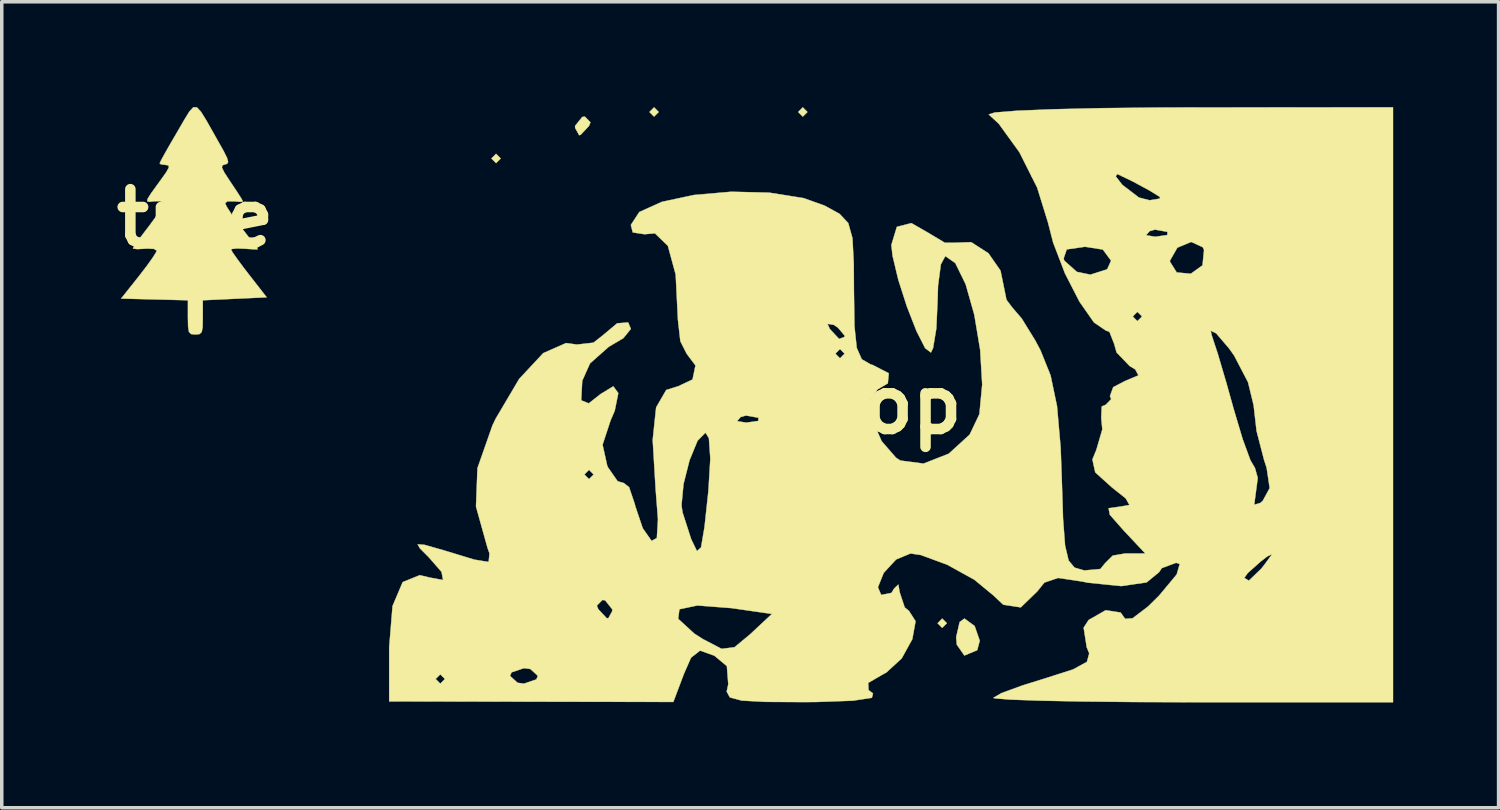
<source format=kicad_pcb>
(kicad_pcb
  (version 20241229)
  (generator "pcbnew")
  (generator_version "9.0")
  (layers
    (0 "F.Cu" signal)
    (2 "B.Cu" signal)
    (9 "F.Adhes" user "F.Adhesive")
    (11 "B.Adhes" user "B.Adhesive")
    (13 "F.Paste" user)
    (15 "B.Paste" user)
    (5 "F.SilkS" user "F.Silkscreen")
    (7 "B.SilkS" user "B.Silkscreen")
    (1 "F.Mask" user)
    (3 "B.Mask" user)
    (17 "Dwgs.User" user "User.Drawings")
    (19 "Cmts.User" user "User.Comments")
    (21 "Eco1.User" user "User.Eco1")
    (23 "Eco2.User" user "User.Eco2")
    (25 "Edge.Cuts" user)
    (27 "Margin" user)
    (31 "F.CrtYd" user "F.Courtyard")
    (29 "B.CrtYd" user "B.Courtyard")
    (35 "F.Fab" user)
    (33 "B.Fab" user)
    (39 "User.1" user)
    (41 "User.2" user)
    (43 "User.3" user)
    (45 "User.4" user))
  (footprint "tree"
    (layer "F.Cu")
    (at 2.511 3.169)
    (property "Reference" "tree" (at 0 0 0) (layer "F.SilkS") (effects (font (size 1.524 1.524) (thickness 0.3))))
    (attr through_hole)
    (fp_poly (pts (xy 0.044 -3.163) (xy 0.162 -3.036) (xy 0.32 -2.779) (xy 0.541 -2.388) (xy 0.622 -2.244) (xy 0.802 -1.925) (xy 0.903 -1.723) (xy 0.933 -1.609) (xy 0.904 -1.557) (xy 0.845 -1.539) (xy 0.767 -1.512) (xy 0.757 -1.446) (xy 0.824 -1.309) (xy 0.979 -1.071) (xy 1.017 -1.015) (xy 1.183 -0.766) (xy 1.304 -0.577) (xy 1.354 -0.487) (xy 1.355 -0.485) (xy 1.282 -0.473) (xy 1.106 -0.489) (xy 1.101 -0.49) (xy 0.914 -0.49) (xy 0.847 -0.434) (xy 0.896 -0.33) (xy 1.026 -0.128) (xy 1.215 0.134) (xy 1.312 0.261) (xy 1.518 0.529) (xy 1.677 0.738) (xy 1.766 0.859) (xy 1.778 0.877) (xy 1.703 0.879) (xy 1.511 0.868) (xy 1.397 0.86) (xy 1.17 0.853) (xy 1.034 0.87) (xy 1.016 0.886) (xy 1.065 0.973) (xy 1.197 1.16) (xy 1.388 1.417) (xy 1.524 1.593) (xy 2.031 2.244) (xy 1.122 2.286) (xy 0.212 2.328) (xy 0.212 2.815) (xy 0.207 3.09) (xy 0.18 3.235) (xy 0.114 3.292) (xy 0 3.302) (xy -0.119 3.291) (xy -0.182 3.23) (xy -0.207 3.078) (xy -0.212 2.815) (xy -0.212 2.328) (xy -1.163 2.304) (xy -2.114 2.28) (xy -1.607 1.643) (xy -1.389 1.359) (xy -1.218 1.121) (xy -1.117 0.96) (xy -1.101 0.917) (xy -1.176 0.866) (xy -1.375 0.856) (xy -1.439 0.861) (xy -1.651 0.872) (xy -1.768 0.858) (xy -1.777 0.849) (xy -1.729 0.767) (xy -1.599 0.584) (xy -1.411 0.335) (xy -1.318 0.214) (xy -1.119 -0.057) (xy -0.974 -0.281) (xy -0.906 -0.423) (xy -0.906 -0.45) (xy -1.013 -0.493) (xy -1.191 -0.489) (xy -1.314 -0.474) (xy -1.372 -0.491) (xy -1.357 -0.564) (xy -1.26 -0.717) (xy -1.074 -0.975) (xy -0.998 -1.079) (xy -0.828 -1.318) (xy -0.754 -1.452) (xy -0.764 -1.511) (xy -0.844 -1.524) (xy -0.983 -1.543) (xy -1.016 -1.57) (xy -0.975 -1.657) (xy -0.865 -1.859) (xy -0.702 -2.145) (xy -0.514 -2.466) (xy -0.314 -2.811) (xy -0.17 -3.046) (xy -0.059 -3.164) (xy 0.044 -3.163)) (stroke (width 0.01) (type solid)) (fill yes) (layer "F.SilkS")))
  (footprint "xop"
    (layer "F.Cu")
    (at 22.315 8.472)
    (property "Reference" "xop" (at 0 0 0) (layer "F.SilkS") (effects (font (size 1.524 1.524) (thickness 0.3))))
    (attr through_hole)
    (fp_poly (pts (xy -11.112 -7.011) (xy -11.245 -6.879) (xy -11.377 -7.011) (xy -11.245 -7.144) (xy -11.112 -7.011)) (stroke (width 0.01) (type solid)) (fill yes) (layer "F.SilkS"))
    (fp_poly (pts (xy -6.615 -8.334) (xy -6.747 -8.202) (xy -6.879 -8.334) (xy -6.747 -8.467) (xy -6.615 -8.334)) (stroke (width 0.01) (type solid)) (fill yes) (layer "F.SilkS"))
    (fp_poly (pts (xy -2.381 -8.334) (xy -2.514 -8.202) (xy -2.646 -8.334) (xy -2.514 -8.467) (xy -2.381 -8.334)) (stroke (width 0.01) (type solid)) (fill yes) (layer "F.SilkS"))
    (fp_poly (pts (xy 1.587 6.218) (xy 1.455 6.35) (xy 1.323 6.218) (xy 1.455 6.085) (xy 1.587 6.218)) (stroke (width 0.01) (type solid)) (fill yes) (layer "F.SilkS"))
    (fp_poly (pts (xy -8.558 -8.04) (xy -8.599 -7.938) (xy -8.837 -7.685) (xy -8.879 -7.673) (xy -8.993 -7.878) (xy -8.996 -7.938) (xy -8.792 -8.192) (xy -8.716 -8.202) (xy -8.558 -8.04)) (stroke (width 0.01) (type solid)) (fill yes) (layer "F.SilkS"))
    (fp_poly (pts (xy 2.378 6.297) (xy 2.524 6.716) (xy 2.451 6.986) (xy 2.086 7.137) (xy 1.871 6.829) (xy 1.852 6.615) (xy 1.951 6.184) (xy 2.088 6.085) (xy 2.378 6.297)) (stroke (width 0.01) (type solid)) (fill yes) (layer "F.SilkS"))
    (fp_poly (pts (xy 14.287 8.467) (xy 8.599 8.467) (xy 6.928 8.461) (xy 5.452 8.446) (xy 4.245 8.422) (xy 3.386 8.392) (xy 2.949 8.356) (xy 2.91 8.342) (xy 3.142 8.207) (xy 3.741 7.988) (xy 4.365 7.794) (xy 5.18 7.533) (xy 5.574 7.317) (xy 5.64 7.076) (xy 5.568 6.901) (xy 5.481 6.344) (xy 5.622 6.126) (xy 6.109 5.848) (xy 6.534 5.914) (xy 6.661 6.092) (xy 6.872 6.078) (xy 7.312 5.744) (xy 7.63 5.43) (xy 8.049 4.927) (xy 10.054 4.927) (xy 10.183 5.006) (xy 10.535 4.667) (xy 10.617 4.564) (xy 10.846 4.251) (xy 10.709 4.316) (xy 10.517 4.464) (xy 10.151 4.791) (xy 10.054 4.927) (xy 8.049 4.927) (xy 8.13 4.829) (xy 8.215 4.531) (xy 8.113 4.498) (xy 7.706 4.649) (xy 7.628 4.765) (xy 7.273 5.056) (xy 6.55 5.161) (xy 5.591 5.063) (xy 5.441 5.031) (xy 4.754 4.929) (xy 4.363 5.061) (xy 4.156 5.317) (xy 3.691 5.767) (xy 3.193 5.691) (xy 2.915 5.429) (xy 2.369 4.979) (xy 1.596 4.552) (xy 0.846 4.276) (xy 0.552 4.233) (xy 0.143 4.403) (xy -0.21 4.785) (xy -0.375 5.194) (xy -0.282 5.413) (xy 0.009 5.355) (xy 0.089 5.227) (xy 0.207 5.116) (xy 0.244 5.336) (xy 0.387 5.767) (xy 0.507 5.865) (xy 0.697 6.161) (xy 0.604 6.672) (xy 0.302 7.219) (xy -0.139 7.624) (xy -0.21 7.66) (xy -0.652 7.916) (xy -0.641 8.122) (xy -0.515 8.216) (xy -0.547 8.341) (xy -1.089 8.423) (xy -2.125 8.46) (xy -2.465 8.463) (xy -3.577 8.457) (xy -4.253 8.42) (xy -4.59 8.329) (xy -4.68 8.164) (xy -4.635 7.954) (xy -4.675 7.438) (xy -5.031 7.142) (xy -5.437 6.997) (xy -5.694 7.197) (xy -5.894 7.651) (xy -6.199 8.459) (xy -10.243 8.451) (xy -14.287 8.443) (xy -14.287 7.805) (xy -12.965 7.805) (xy -12.832 7.938) (xy -12.7 7.805) (xy -12.788 7.717) (xy -10.848 7.717) (xy -10.633 7.913) (xy -10.451 7.938) (xy -10.099 7.818) (xy -10.054 7.717) (xy -10.269 7.521) (xy -10.451 7.497) (xy -10.803 7.616) (xy -10.848 7.717) (xy -12.788 7.717) (xy -12.832 7.673) (xy -12.965 7.805) (xy -14.287 7.805) (xy -14.287 6.9) (xy -14.221 6.092) (xy -6.061 6.092) (xy -5.603 6.512) (xy -5.358 6.669) (xy -4.824 6.947) (xy -4.457 6.901) (xy -4.012 6.532) (xy -3.393 5.953) (xy -4.541 5.788) (xy -5.514 5.713) (xy -6.026 5.82) (xy -6.061 6.092) (xy -14.221 6.092) (xy -14.192 5.729) (xy -14.187 5.718) (xy -8.376 5.718) (xy -8.334 5.821) (xy -8.097 6.073) (xy -8.054 6.085) (xy -7.941 5.881) (xy -7.937 5.821) (xy -8.141 5.566) (xy -8.218 5.556) (xy -8.376 5.718) (xy -14.187 5.718) (xy -13.903 5.048) (xy -13.417 4.85) (xy -13.13 4.919) (xy -12.753 4.988) (xy -12.797 4.756) (xy -13.163 4.337) (xy -13.411 4.089) (xy -13.477 3.971) (xy -13.279 3.987) (xy -12.732 4.143) (xy -11.862 4.408) (xy -11.456 4.474) (xy -11.432 4.231) (xy -11.487 4.077) (xy -11.816 2.897) (xy -11.781 1.984) (xy -8.731 1.984) (xy -8.599 2.117) (xy -8.467 1.984) (xy -8.599 1.852) (xy -8.731 1.984) (xy -11.781 1.984) (xy -11.774 1.803) (xy -11.349 0.591) (xy -11.254 0.393) (xy -10.586 -0.737) (xy -9.902 -1.47) (xy -9.252 -1.757) (xy -8.943 -1.714) (xy -8.472 -1.768) (xy -8.212 -1.972) (xy -7.798 -2.319) (xy -7.484 -2.344) (xy -7.408 -2.159) (xy -7.621 -1.896) (xy -8.035 -1.652) (xy -8.57 -1.178) (xy -8.792 -0.683) (xy -8.821 -0.127) (xy -8.607 -0.04) (xy -8.259 -0.313) (xy -7.907 -0.525) (xy -7.765 -0.332) (xy -7.867 0.172) (xy -7.986 0.447) (xy -8.213 1.138) (xy -8.079 1.74) (xy -8.057 1.784) (xy -7.784 2.177) (xy -7.608 2.228) (xy -7.458 2.346) (xy -7.294 2.832) (xy -7.281 2.888) (xy -7.07 3.514) (xy -6.817 3.875) (xy -6.668 3.793) (xy -6.636 3.263) (xy -6.667 2.861) (xy -5.966 2.861) (xy -5.937 3.062) (xy -5.691 3.824) (xy -5.526 4.165) (xy -5.41 4.059) (xy -5.311 3.478) (xy -5.2 2.447) (xy -5.146 1.536) (xy -5.186 0.952) (xy -5.283 0.794) (xy -5.509 1.023) (xy -5.737 1.578) (xy -5.909 2.257) (xy -5.966 2.861) (xy -6.667 2.861) (xy -6.703 2.397) (xy -6.786 1.003) (xy -6.73 0.466) (xy -4.383 0.466) (xy -4.123 0.508) (xy -3.78 0.46) (xy -3.776 0.369) (xy -4.13 0.306) (xy -4.283 0.348) (xy -4.383 0.466) (xy -6.73 0.466) (xy -6.688 0.074) (xy -6.401 -0.421) (xy -6.057 -0.529) (xy -5.652 -0.719) (xy -5.569 -1.12) (xy -5.82 -1.454) (xy -5.82 -1.455) (xy -1.587 -1.455) (xy -1.455 -1.323) (xy -1.323 -1.455) (xy -1.455 -1.587) (xy -1.587 -1.455) (xy -5.82 -1.455) (xy -5.999 -1.808) (xy -6.055 -2.305) (xy -1.809 -2.305) (xy -1.745 -2.158) (xy -1.479 -1.874) (xy -1.325 -1.932) (xy -1.323 -1.969) (xy -1.511 -2.193) (xy -1.628 -2.274) (xy -1.809 -2.305) (xy -6.055 -2.305) (xy -6.07 -2.438) (xy -6.07 -2.462) (xy -6.132 -3.706) (xy -6.354 -4.523) (xy -6.722 -4.88) (xy -7.02 -4.855) (xy -7.354 -4.906) (xy -7.408 -5.119) (xy -7.167 -5.487) (xy -6.526 -5.776) (xy -5.612 -5.972) (xy -4.551 -6.064) (xy -3.468 -6.038) (xy -2.488 -5.882) (xy -1.893 -5.669) (xy -1.468 -5.436) (xy -1.22 -5.173) (xy -1.1 -4.744) (xy -1.062 -4.015) (xy -1.058 -3.263) (xy -1.043 -2.235) (xy -0.978 -1.619) (xy -0.835 -1.296) (xy -0.583 -1.15) (xy -0.529 -1.135) (xy -0.066 -0.897) (xy -0.093 -0.61) (xy -0.387 -0.437) (xy -0.593 -0.121) (xy -0.534 0.431) (xy -0.27 1.035) (xy 0.141 1.508) (xy 0.264 1.587) (xy 0.923 1.674) (xy 1.641 1.392) (xy 2.237 0.848) (xy 2.513 0.268) (xy 2.593 -0.576) (xy 2.535 -1.565) (xy 2.368 -2.563) (xy 2.122 -3.432) (xy 1.827 -4.034) (xy 1.543 -4.233) (xy 1.416 -3.996) (xy 1.336 -3.39) (xy 1.323 -2.955) (xy 1.287 -2.168) (xy 1.195 -1.616) (xy 1.134 -1.487) (xy 0.969 -1.612) (xy 0.722 -2.099) (xy 0.449 -2.798) (xy 0.204 -3.561) (xy 0.042 -4.239) (xy 0.007 -4.548) (xy 0.164 -5.065) (xy 0.578 -5.171) (xy 1.058 -4.895) (xy 1.528 -4.613) (xy 1.825 -4.613) (xy 2.279 -4.629) (xy 2.77 -4.314) (xy 3.115 -3.818) (xy 3.175 -3.524) (xy 3.284 -2.988) (xy 3.443 -2.776) (xy 3.72 -2.453) (xy 4.099 -1.838) (xy 4.252 -1.551) (xy 4.54 -0.836) (xy 4.723 0.039) (xy 4.826 1.218) (xy 4.857 2.069) (xy 4.895 3.251) (xy 4.952 4.006) (xy 5.053 4.433) (xy 5.222 4.635) (xy 5.485 4.712) (xy 5.504 4.715) (xy 5.957 4.674) (xy 6.085 4.516) (xy 6.309 4.293) (xy 6.661 4.233) (xy 7.236 4.233) (xy 6.615 3.572) (xy 6.225 3.129) (xy 6.191 2.944) (xy 6.493 2.902) (xy 6.502 2.902) (xy 6.783 2.853) (xy 6.68 2.666) (xy 6.286 2.352) (xy 5.811 1.924) (xy 5.73 1.556) (xy 5.843 1.281) (xy 6.012 0.701) (xy 5.982 0.376) (xy 5.995 0.049) (xy 6.109 0) (xy 6.265 -0.16) (xy 6.229 -0.246) (xy 6.322 -0.501) (xy 6.654 -0.674) (xy 7.04 -0.838) (xy 6.95 -1.007) (xy 6.79 -1.103) (xy 6.417 -1.492) (xy 6.35 -1.733) (xy 6.215 -2.077) (xy 6.128 -2.109) (xy 9.098 -2.109) (xy 9.124 -1.984) (xy 9.3 -1.449) (xy 9.548 -0.608) (xy 9.755 0.132) (xy 10.006 0.974) (xy 10.228 1.58) (xy 10.357 1.799) (xy 10.437 2.082) (xy 10.387 2.46) (xy 10.336 2.846) (xy 10.512 2.793) (xy 10.58 2.732) (xy 10.776 2.371) (xy 10.69 1.795) (xy 10.616 1.568) (xy 10.403 0.745) (xy 10.319 0.012) (xy 10.16 -0.642) (xy 9.764 -1.402) (xy 9.622 -1.602) (xy 9.254 -2.033) (xy 9.098 -2.109) (xy 6.128 -2.109) (xy 6.107 -2.117) (xy 5.774 -2.345) (xy 5.656 -2.514) (xy 6.879 -2.514) (xy 7.011 -2.381) (xy 7.144 -2.514) (xy 7.011 -2.646) (xy 6.879 -2.514) (xy 5.656 -2.514) (xy 5.362 -2.934) (xy 4.949 -3.739) (xy 4.787 -4.163) (xy 4.911 -4.163) (xy 4.931 -4.101) (xy 5.288 -3.784) (xy 5.673 -3.704) (xy 6.15 -3.856) (xy 6.249 -4.073) (xy 7.938 -4.073) (xy 8.13 -3.767) (xy 8.53 -3.73) (xy 8.864 -3.969) (xy 8.908 -4.406) (xy 8.871 -4.486) (xy 8.542 -4.636) (xy 8.148 -4.472) (xy 7.939 -4.106) (xy 7.938 -4.073) (xy 6.249 -4.073) (xy 6.262 -4.101) (xy 6.028 -4.418) (xy 5.52 -4.498) (xy 4.999 -4.423) (xy 4.911 -4.163) (xy 4.787 -4.163) (xy 4.614 -4.613) (xy 4.559 -4.826) (xy 7.259 -4.826) (xy 7.519 -4.783) (xy 7.862 -4.832) (xy 7.866 -4.922) (xy 7.512 -4.986) (xy 7.359 -4.943) (xy 7.259 -4.826) (xy 4.559 -4.826) (xy 4.466 -5.188) (xy 4.158 -6.181) (xy 3.996 -6.503) (xy 6.394 -6.503) (xy 6.581 -6.261) (xy 7.054 -5.9) (xy 7.353 -5.821) (xy 7.651 -5.869) (xy 7.651 -5.917) (xy 7.358 -6.098) (xy 6.879 -6.357) (xy 6.438 -6.569) (xy 6.394 -6.503) (xy 3.996 -6.503) (xy 3.651 -7.19) (xy 3.064 -8.001) (xy 2.778 -8.264) (xy 2.952 -8.32) (xy 3.584 -8.37) (xy 4.604 -8.412) (xy 5.941 -8.443) (xy 7.524 -8.46) (xy 8.401 -8.463) (xy 14.287 -8.467) (xy 14.287 8.467)) (stroke (width 0.01) (type solid)) (fill yes) (layer "F.SilkS")))
  (gr_rect
    (start -3 -3)
    (end 39.607 19.943)
    (stroke (width 0.1) (type default))
    (fill no)
    (layer "Edge.Cuts")))
</source>
